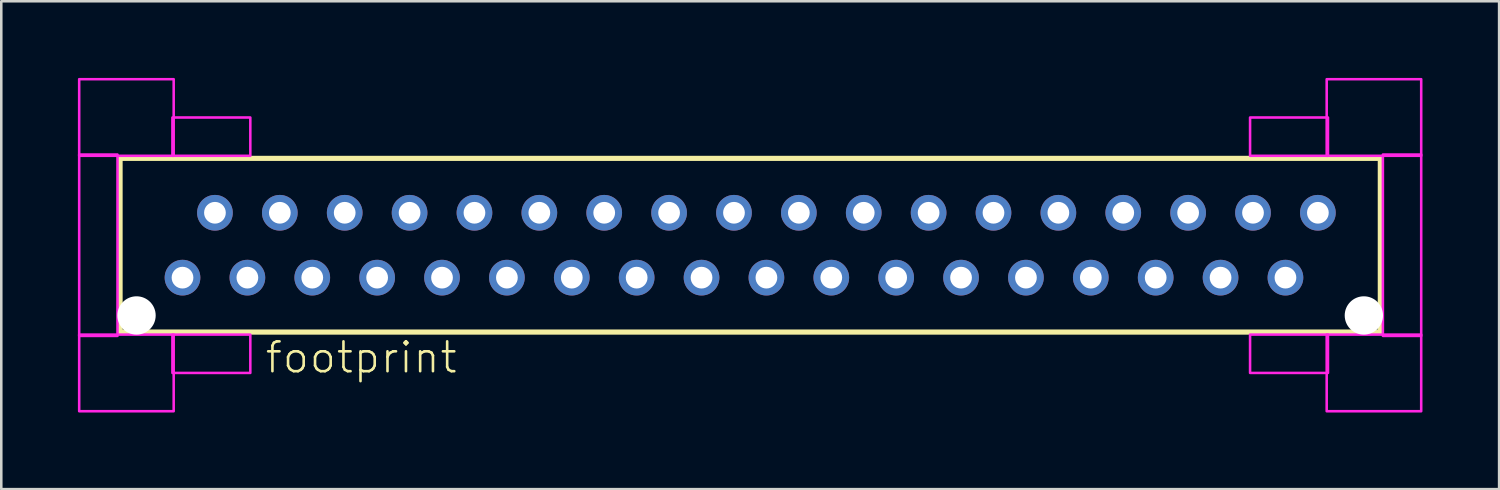
<source format=kicad_pcb>
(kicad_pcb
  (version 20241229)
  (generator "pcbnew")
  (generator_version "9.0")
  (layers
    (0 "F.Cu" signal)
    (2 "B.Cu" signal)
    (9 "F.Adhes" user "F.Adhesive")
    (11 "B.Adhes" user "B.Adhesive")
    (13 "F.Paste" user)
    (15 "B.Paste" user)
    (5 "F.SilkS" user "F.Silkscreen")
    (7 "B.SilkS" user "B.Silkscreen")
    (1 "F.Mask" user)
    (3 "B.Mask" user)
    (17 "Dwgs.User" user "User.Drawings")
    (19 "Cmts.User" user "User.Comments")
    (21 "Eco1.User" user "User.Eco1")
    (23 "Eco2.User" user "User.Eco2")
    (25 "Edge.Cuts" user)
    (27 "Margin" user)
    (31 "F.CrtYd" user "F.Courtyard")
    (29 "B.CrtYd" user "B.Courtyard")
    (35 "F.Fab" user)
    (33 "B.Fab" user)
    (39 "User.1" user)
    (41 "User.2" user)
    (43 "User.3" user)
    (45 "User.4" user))
  (footprint "footprint"
    (layer "F.Cu")
    (at 26.32 6.55)
    (property "Reference" "footprint" (at -19.05 5.08 0) (layer "F.SilkS") (effects (font (size 1.168 1.168) (thickness 0.102)) (justify left bottom)))
    (fp_line (start -24.67 -3.4) (end 24.67 -3.4) (stroke (width 0.203) (type solid)) (layer "F.SilkS"))
    (fp_line (start -24.67 3.4) (end -24.67 -3.4) (stroke (width 0.203) (type solid)) (layer "F.SilkS"))
    (fp_line (start 24.67 -3.4) (end 24.67 3.4) (stroke (width 0.203) (type solid)) (layer "F.SilkS"))
    (fp_line (start 24.67 3.4) (end -24.67 3.4) (stroke (width 0.203) (type solid)) (layer "F.SilkS"))
    (fp_poly (pts (xy -26.27 -3.5) (xy -22.57 -3.5) (xy -22.57 -6.5) (xy -26.27 -6.5)) (stroke (width 0.1) (type solid)) (fill no) (layer "F.CrtYd"))
    (fp_poly (pts (xy -26.27 3.55) (xy -24.77 3.55) (xy -24.77 -3.55) (xy -26.27 -3.55)) (stroke (width 0.1) (type solid)) (fill no) (layer "F.CrtYd"))
    (fp_poly (pts (xy -26.27 6.5) (xy -22.57 6.5) (xy -22.57 3.5) (xy -26.27 3.5)) (stroke (width 0.1) (type solid)) (fill no) (layer "F.CrtYd"))
    (fp_poly (pts (xy -22.62 -3.5) (xy -19.57 -3.5) (xy -19.57 -5) (xy -22.62 -5)) (stroke (width 0.1) (type solid)) (fill no) (layer "F.CrtYd"))
    (fp_poly (pts (xy -22.62 5) (xy -19.57 5) (xy -19.57 3.5) (xy -22.62 3.5)) (stroke (width 0.1) (type solid)) (fill no) (layer "F.CrtYd"))
    (fp_poly (pts (xy 19.57 -3.5) (xy 22.62 -3.5) (xy 22.62 -5) (xy 19.57 -5)) (stroke (width 0.1) (type solid)) (fill no) (layer "F.CrtYd"))
    (fp_poly (pts (xy 19.57 5) (xy 22.62 5) (xy 22.62 3.5) (xy 19.57 3.5)) (stroke (width 0.1) (type solid)) (fill no) (layer "F.CrtYd"))
    (fp_poly (pts (xy 22.57 -3.5) (xy 26.27 -3.5) (xy 26.27 -6.5) (xy 22.57 -6.5)) (stroke (width 0.1) (type solid)) (fill no) (layer "F.CrtYd"))
    (fp_poly (pts (xy 22.57 6.5) (xy 26.27 6.5) (xy 26.27 3.5) (xy 22.57 3.5)) (stroke (width 0.1) (type solid)) (fill no) (layer "F.CrtYd"))
    (fp_poly (pts (xy 24.77 3.55) (xy 26.27 3.55) (xy 26.27 -3.55) (xy 24.77 -3.55)) (stroke (width 0.1) (type solid)) (fill no) (layer "F.CrtYd"))
    (pad "" np_thru_hole circle (at -24.025 2.75) (size 1.5 1.5) (drill 1.5) (layers "*.Cu" "*.Mask"))
    (pad "" np_thru_hole circle (at 24.025 2.75) (size 1.5 1.5) (drill 1.5) (layers "*.Cu" "*.Mask"))
    (pad "1" thru_hole circle (at -22.225 1.27) (size 1.397 1.397) (drill 0.85) (layers "*.Cu" "*.Mask"))
    (pad "2" thru_hole circle (at -20.955 -1.27) (size 1.397 1.397) (drill 0.85) (layers "*.Cu" "*.Mask"))
    (pad "3" thru_hole circle (at -19.685 1.27) (size 1.397 1.397) (drill 0.85) (layers "*.Cu" "*.Mask"))
    (pad "4" thru_hole circle (at -18.415 -1.27) (size 1.397 1.397) (drill 0.85) (layers "*.Cu" "*.Mask"))
    (pad "5" thru_hole circle (at -17.145 1.27) (size 1.397 1.397) (drill 0.85) (layers "*.Cu" "*.Mask"))
    (pad "6" thru_hole circle (at -15.875 -1.27) (size 1.397 1.397) (drill 0.85) (layers "*.Cu" "*.Mask"))
    (pad "7" thru_hole circle (at -14.605 1.27) (size 1.397 1.397) (drill 0.85) (layers "*.Cu" "*.Mask"))
    (pad "8" thru_hole circle (at -13.335 -1.27) (size 1.397 1.397) (drill 0.85) (layers "*.Cu" "*.Mask"))
    (pad "9" thru_hole circle (at -12.065 1.27) (size 1.397 1.397) (drill 0.85) (layers "*.Cu" "*.Mask"))
    (pad "10" thru_hole circle (at -10.795 -1.27) (size 1.397 1.397) (drill 0.85) (layers "*.Cu" "*.Mask"))
    (pad "11" thru_hole circle (at -9.525 1.27) (size 1.397 1.397) (drill 0.85) (layers "*.Cu" "*.Mask"))
    (pad "12" thru_hole circle (at -8.255 -1.27) (size 1.397 1.397) (drill 0.85) (layers "*.Cu" "*.Mask"))
    (pad "13" thru_hole circle (at -6.985 1.27) (size 1.397 1.397) (drill 0.85) (layers "*.Cu" "*.Mask"))
    (pad "14" thru_hole circle (at -5.715 -1.27) (size 1.397 1.397) (drill 0.85) (layers "*.Cu" "*.Mask"))
    (pad "15" thru_hole circle (at -4.445 1.27) (size 1.397 1.397) (drill 0.85) (layers "*.Cu" "*.Mask"))
    (pad "16" thru_hole circle (at -3.175 -1.27) (size 1.397 1.397) (drill 0.85) (layers "*.Cu" "*.Mask"))
    (pad "17" thru_hole circle (at -1.905 1.27) (size 1.397 1.397) (drill 0.85) (layers "*.Cu" "*.Mask"))
    (pad "18" thru_hole circle (at -0.635 -1.27) (size 1.397 1.397) (drill 0.85) (layers "*.Cu" "*.Mask"))
    (pad "19" thru_hole circle (at 0.635 1.27) (size 1.397 1.397) (drill 0.85) (layers "*.Cu" "*.Mask"))
    (pad "20" thru_hole circle (at 1.905 -1.27) (size 1.397 1.397) (drill 0.85) (layers "*.Cu" "*.Mask"))
    (pad "21" thru_hole circle (at 3.175 1.27) (size 1.397 1.397) (drill 0.85) (layers "*.Cu" "*.Mask"))
    (pad "22" thru_hole circle (at 4.445 -1.27) (size 1.397 1.397) (drill 0.85) (layers "*.Cu" "*.Mask"))
    (pad "23" thru_hole circle (at 5.715 1.27) (size 1.397 1.397) (drill 0.85) (layers "*.Cu" "*.Mask"))
    (pad "24" thru_hole circle (at 6.985 -1.27) (size 1.397 1.397) (drill 0.85) (layers "*.Cu" "*.Mask"))
    (pad "25" thru_hole circle (at 8.255 1.27) (size 1.397 1.397) (drill 0.85) (layers "*.Cu" "*.Mask"))
    (pad "26" thru_hole circle (at 9.525 -1.27) (size 1.397 1.397) (drill 0.85) (layers "*.Cu" "*.Mask"))
    (pad "27" thru_hole circle (at 10.795 1.27) (size 1.397 1.397) (drill 0.85) (layers "*.Cu" "*.Mask"))
    (pad "28" thru_hole circle (at 12.065 -1.27) (size 1.397 1.397) (drill 0.85) (layers "*.Cu" "*.Mask"))
    (pad "29" thru_hole circle (at 13.335 1.27) (size 1.397 1.397) (drill 0.85) (layers "*.Cu" "*.Mask"))
    (pad "30" thru_hole circle (at 14.605 -1.27) (size 1.397 1.397) (drill 0.85) (layers "*.Cu" "*.Mask"))
    (pad "31" thru_hole circle (at 15.875 1.27) (size 1.397 1.397) (drill 0.85) (layers "*.Cu" "*.Mask"))
    (pad "32" thru_hole circle (at 17.145 -1.27) (size 1.397 1.397) (drill 0.85) (layers "*.Cu" "*.Mask"))
    (pad "33" thru_hole circle (at 18.415 1.27) (size 1.397 1.397) (drill 0.85) (layers "*.Cu" "*.Mask"))
    (pad "34" thru_hole circle (at 19.685 -1.27) (size 1.397 1.397) (drill 0.85) (layers "*.Cu" "*.Mask"))
    (pad "35" thru_hole circle (at 20.955 1.27) (size 1.397 1.397) (drill 0.85) (layers "*.Cu" "*.Mask"))
    (pad "36" thru_hole circle (at 22.225 -1.27) (size 1.397 1.397) (drill 0.85) (layers "*.Cu" "*.Mask")))
  (gr_rect
    (start -3 -3)
    (end 55.64 16.1)
    (stroke (width 0.1) (type default))
    (fill no)
    (layer "Edge.Cuts")))
</source>
